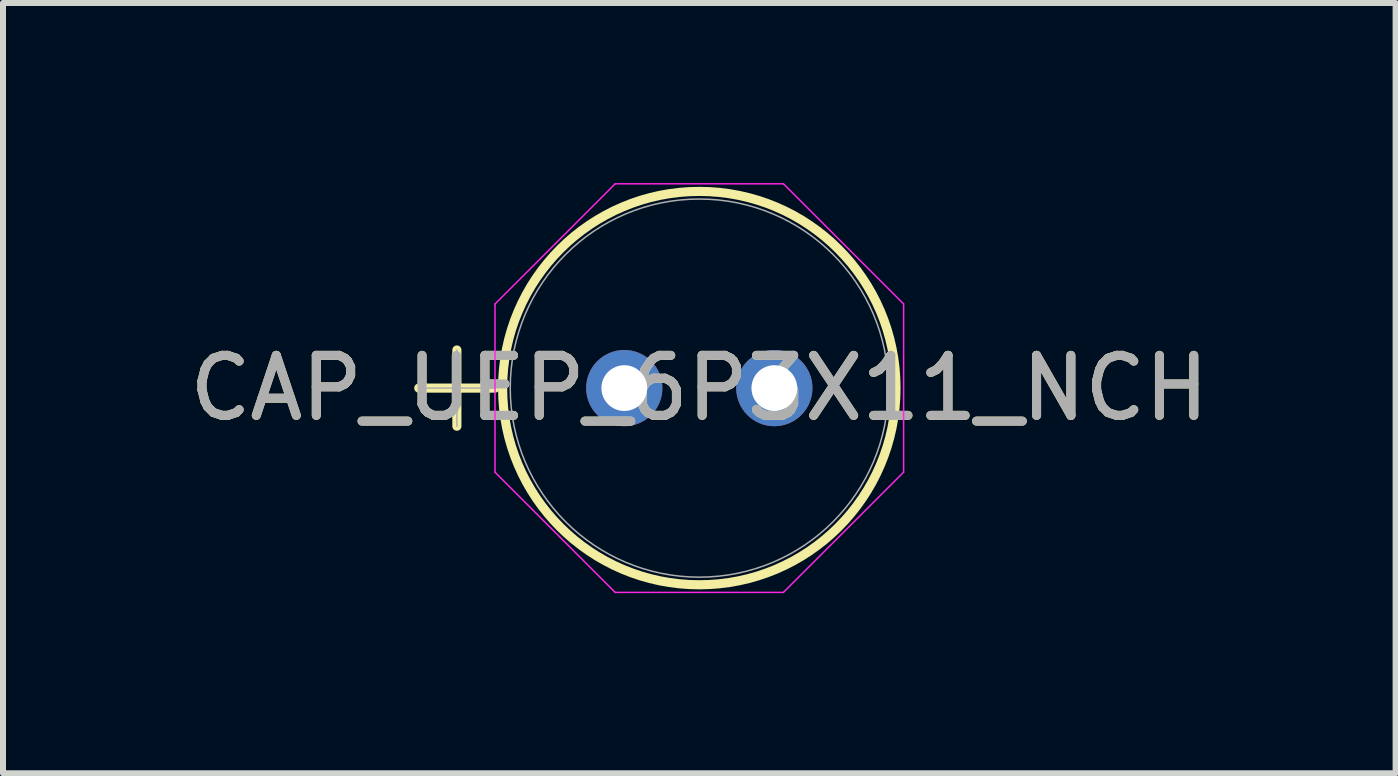
<source format=kicad_pcb>
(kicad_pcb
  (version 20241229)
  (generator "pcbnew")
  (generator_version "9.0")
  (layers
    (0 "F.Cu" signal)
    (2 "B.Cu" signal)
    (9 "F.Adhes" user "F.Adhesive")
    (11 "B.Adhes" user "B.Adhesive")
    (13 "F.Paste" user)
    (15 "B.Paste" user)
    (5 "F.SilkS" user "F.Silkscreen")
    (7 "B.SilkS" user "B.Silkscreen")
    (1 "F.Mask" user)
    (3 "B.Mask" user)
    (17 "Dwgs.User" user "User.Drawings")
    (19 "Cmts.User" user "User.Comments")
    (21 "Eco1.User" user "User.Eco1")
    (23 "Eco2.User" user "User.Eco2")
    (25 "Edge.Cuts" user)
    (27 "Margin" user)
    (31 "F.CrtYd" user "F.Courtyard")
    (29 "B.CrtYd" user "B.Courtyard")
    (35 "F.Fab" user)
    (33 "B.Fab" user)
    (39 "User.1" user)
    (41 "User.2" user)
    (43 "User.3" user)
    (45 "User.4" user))
  (footprint "CAP_UEP_6P3X11_NCH"
    (layer "F.Cu")
    (at 7.351 3.416)
    (property "Reference" "CAP_UEP_6P3X11_NCH" (at 1.25 0 0) (unlocked yes) (layer "F.SilkS") (effects (font (size 1 1) (thickness 0.15))))
    (attr through_hole)
    (fp_line (start -3.424 0) (end -2.154 0) (stroke (width 0.152) (type solid)) (layer "F.SilkS"))
    (fp_line (start -2.789 -0.635) (end -2.789 0.635) (stroke (width 0.152) (type solid)) (layer "F.SilkS"))
    (fp_circle (center 1.25 0) (end 4.527 0) (stroke (width 0.152) (type solid)) (fill no) (layer "F.SilkS"))
    (fp_line (start -2.154 -1.401) (end -0.151 -3.404) (stroke (width 0.025) (type solid)) (layer "F.CrtYd"))
    (fp_line (start -2.154 1.401) (end -2.154 -1.401) (stroke (width 0.025) (type solid)) (layer "F.CrtYd"))
    (fp_line (start -0.151 -3.404) (end 2.651 -3.404) (stroke (width 0.025) (type solid)) (layer "F.CrtYd"))
    (fp_line (start -0.151 3.404) (end -2.154 1.401) (stroke (width 0.025) (type solid)) (layer "F.CrtYd"))
    (fp_line (start 2.651 -3.404) (end 4.654 -1.401) (stroke (width 0.025) (type solid)) (layer "F.CrtYd"))
    (fp_line (start 2.651 3.404) (end -0.151 3.404) (stroke (width 0.025) (type solid)) (layer "F.CrtYd"))
    (fp_line (start 4.654 -1.401) (end 4.654 1.401) (stroke (width 0.025) (type solid)) (layer "F.CrtYd"))
    (fp_line (start 4.654 1.401) (end 2.651 3.404) (stroke (width 0.025) (type solid)) (layer "F.CrtYd"))
    (fp_line (start -3.424 0) (end -2.154 0) (stroke (width 0.025) (type solid)) (layer "F.Fab"))
    (fp_line (start -2.789 -0.635) (end -2.789 0.635) (stroke (width 0.025) (type solid)) (layer "F.Fab"))
    (fp_circle (center 1.25 0) (end 4.4 0) (stroke (width 0.025) (type solid)) (fill no) (layer "F.Fab"))
    (fp_text user "${REFERENCE}" (at 1.25 0 0) (unlocked yes) (layer "F.Fab") (effects (font (size 1 1) (thickness 0.15))))
    (pad "1" thru_hole circle (at 0 0) (size 1.27 1.27) (drill 0.762) (layers "*.Cu" "*.Mask"))
    (pad "2" thru_hole circle (at 2.5 0) (size 1.27 1.27) (drill 0.762) (layers "*.Cu" "*.Mask")))
  (gr_rect
    (start -3 -3)
    (end 20.202 9.833)
    (stroke (width 0.1) (type default))
    (fill no)
    (layer "Edge.Cuts")))
</source>
